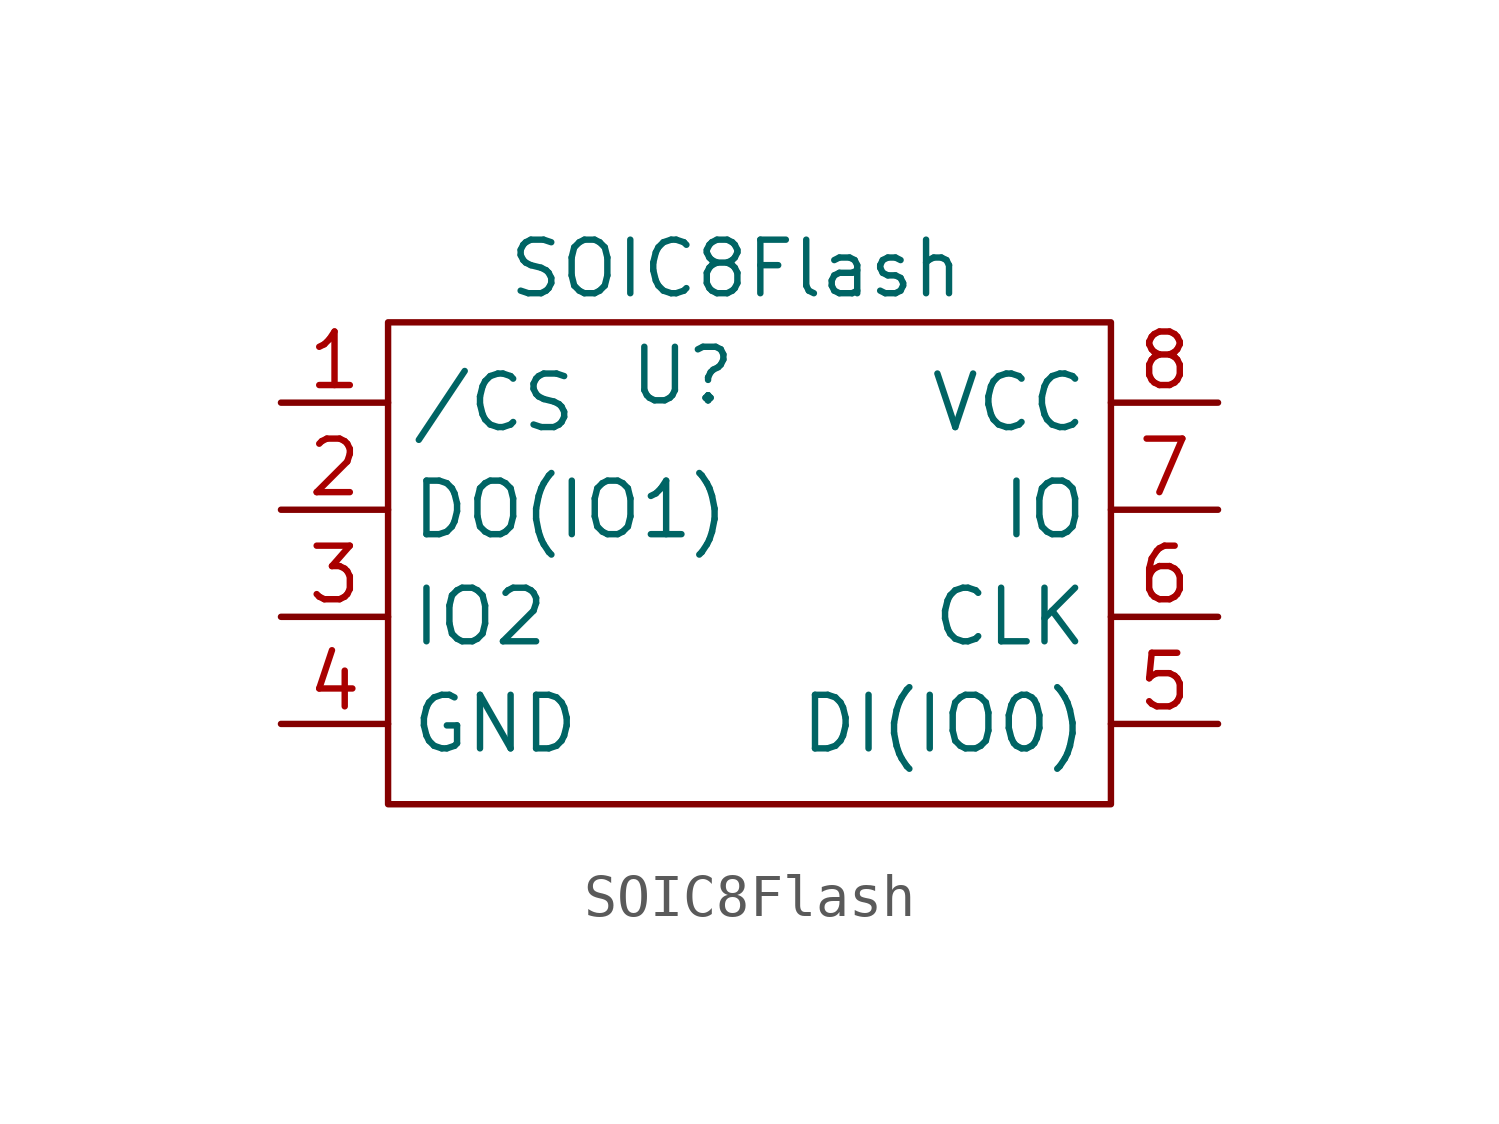
<source format=kicad_sym>
(kicad_symbol_lib
  (version 20211014)
  (generator kicad_symbol_editor)
  (symbol "SOIC8Flash"
    (property "Reference" "U"
      (at -2.54 3.81 0)
      (effects (font (size 1.27 1.27))))
    (property "Value" "SOIC8Flash"
      (at -1.27 6.35 0)
      (effects (font (size 1.27 1.27))))
    (symbol "SOIC8Flash_0_1"
      (polyline (pts (xy -9.525 5.08) (xy -9.525 -6.35) (xy 7.62 -6.35) (xy 7.62 5.08) (xy -9.525 5.08)) (stroke (width 0) (type default) (color 0 0 0 0)) (fill (type none))))
    (symbol "SOIC8Flash_1_1"
      (pin input line (at -12.065 3.175 0) (length 2.54) (name "/CS" (effects (font (size 1.27 1.27)))) (number "1" (effects (font (size 1.27 1.27)))))
      (pin bidirectional line (at -12.065 0.635 0) (length 2.54) (name "DO(IO1)" (effects (font (size 1.27 1.27)))) (number "2" (effects (font (size 1.27 1.27)))))
      (pin bidirectional line (at -12.065 -1.905 0) (length 2.54) (name "IO2" (effects (font (size 1.27 1.27)))) (number "3" (effects (font (size 1.27 1.27)))))
      (pin power_in line (at -12.065 -4.445 0) (length 2.54) (name "GND" (effects (font (size 1.27 1.27)))) (number "4" (effects (font (size 1.27 1.27)))))
      (pin bidirectional line (at 10.16 -4.445 180) (length 2.54) (name "DI(IO0)" (effects (font (size 1.27 1.27)))) (number "5" (effects (font (size 1.27 1.27)))))
      (pin input line (at 10.16 -1.905 180) (length 2.54) (name "CLK" (effects (font (size 1.27 1.27)))) (number "6" (effects (font (size 1.27 1.27)))))
      (pin bidirectional line (at 10.16 0.635 180) (length 2.54) (name "IO" (effects (font (size 1.27 1.27)))) (number "7" (effects (font (size 1.27 1.27)))))
      (pin power_in line (at 10.16 3.175 180) (length 2.54) (name "VCC" (effects (font (size 1.27 1.27)))) (number "8" (effects (font (size 1.27 1.27))))))))
</source>
